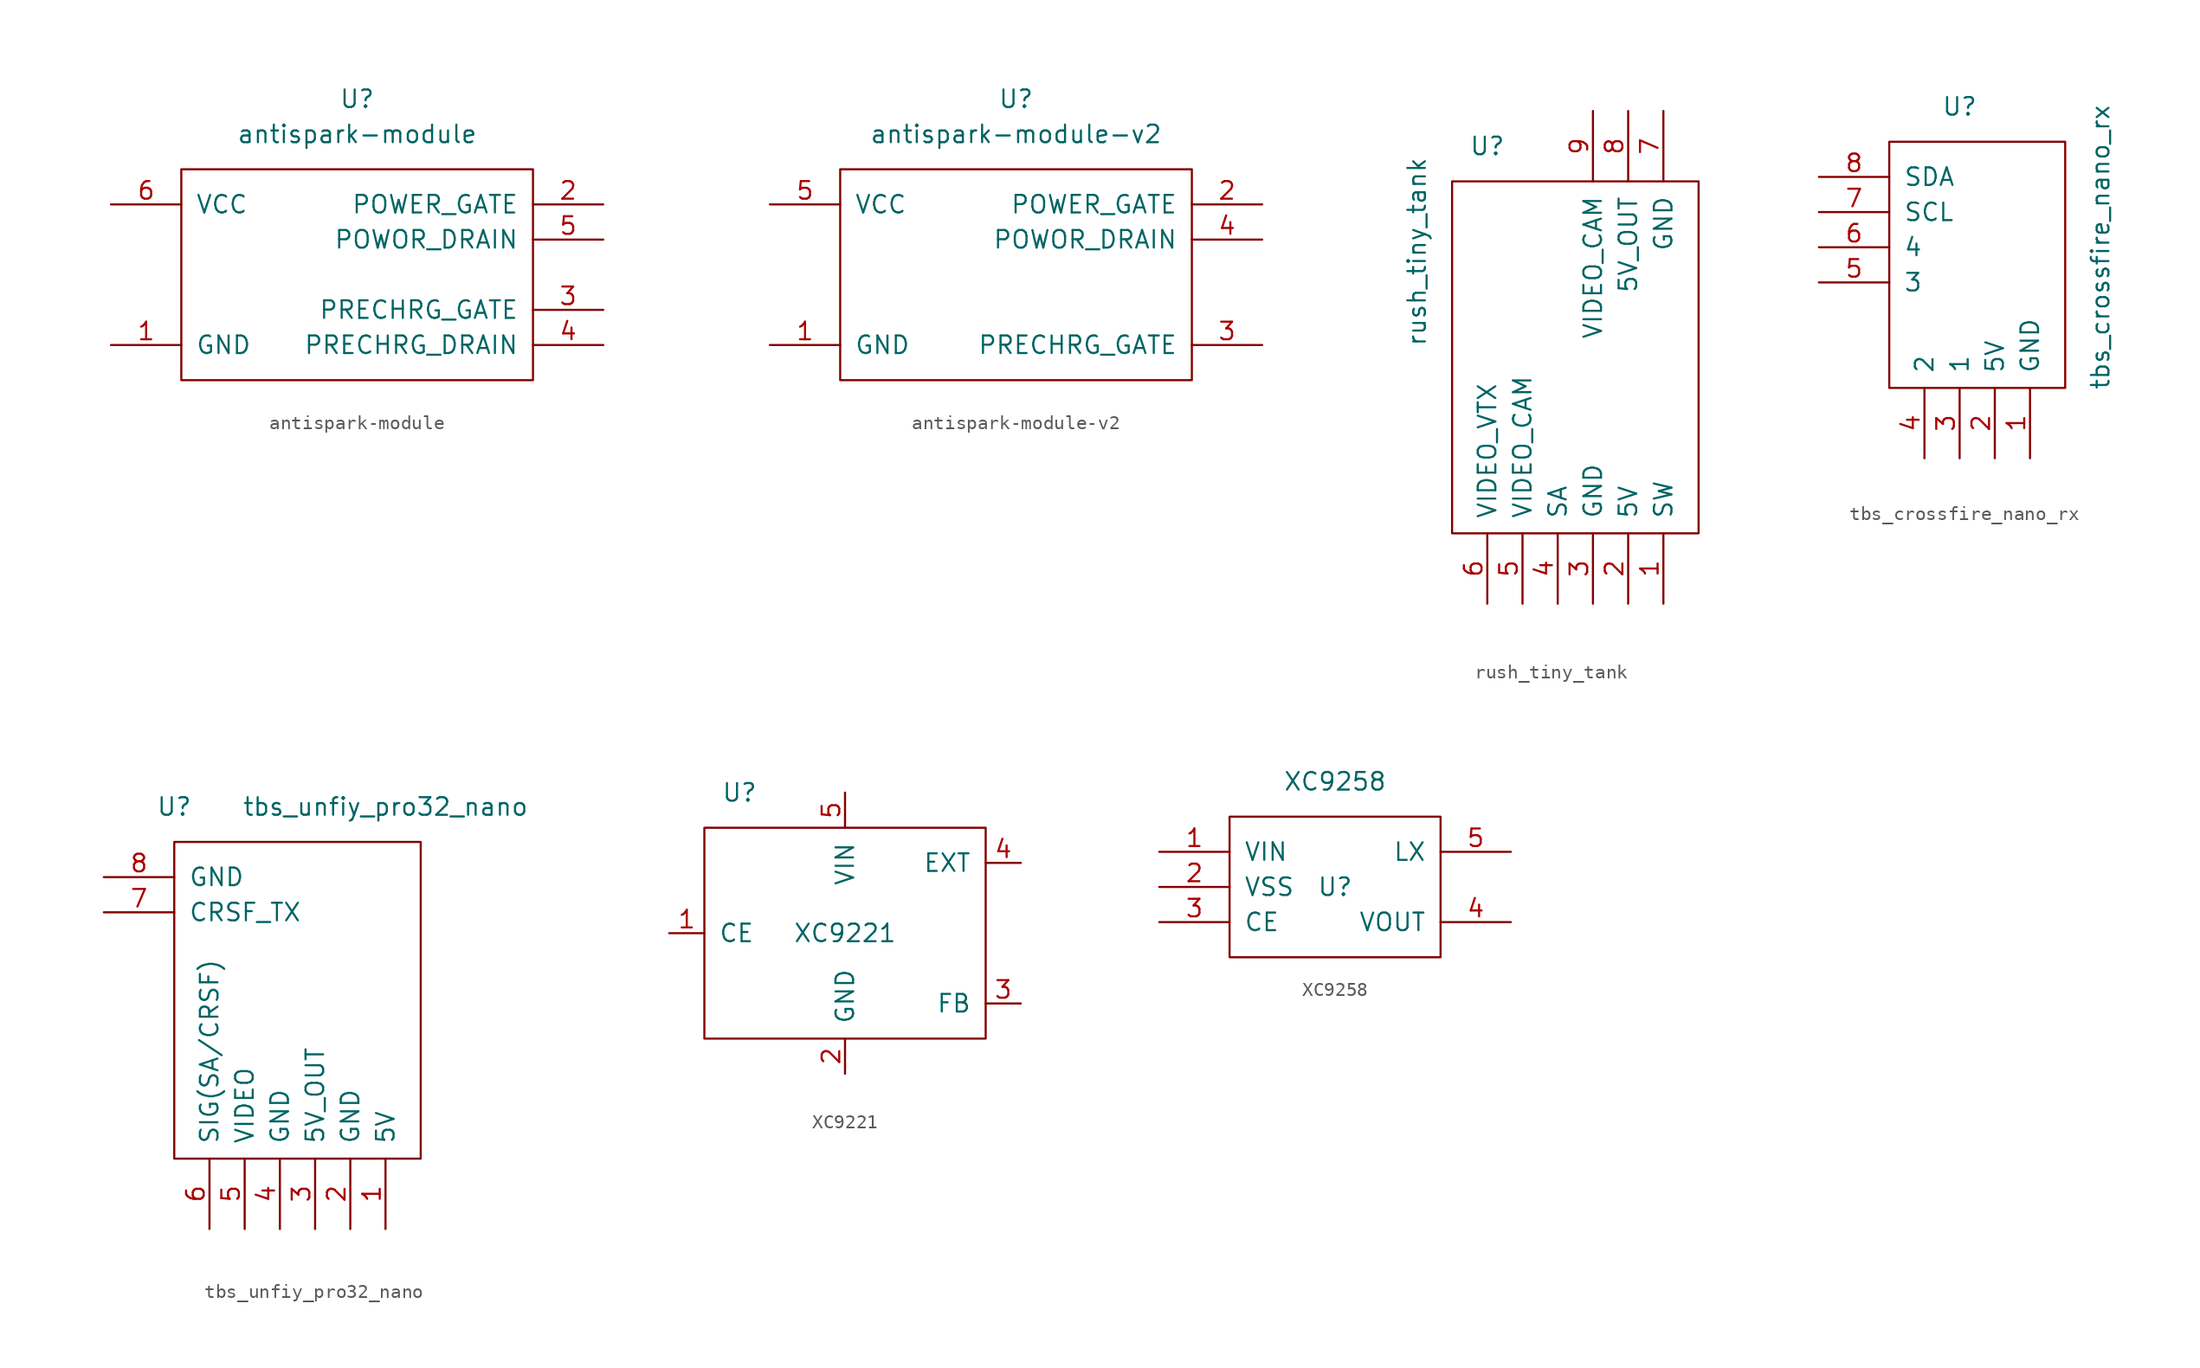
<source format=kicad_sym>
(kicad_symbol_lib
  (version 20220914)
  (generator kicad_symbol_editor)
  (symbol "antispark-module"
    (pin_names
      (offset 1.016))
    (property "Reference" "U"
      (at 0 12.7 0)
      (effects (font (size 1.27 1.27))))
    (property "Value" "antispark-module"
      (at 0 10.16 0)
      (effects (font (size 1.27 1.27))))
    (symbol "antispark-module_0_1"
      (rectangle (start -12.7 7.62) (end 12.7 -7.62) (stroke (width 0) (type solid)) (fill (type none))))
    (symbol "antispark-module_1_1"
      (pin power_in line (at -17.78 -5.08 0) (length 5.08) (name "GND" (effects (font (size 1.27 1.27)))) (number "1" (effects (font (size 1.27 1.27)))))
      (pin output line (at 17.78 5.08 180) (length 5.08) (name "POWER_GATE" (effects (font (size 1.27 1.27)))) (number "2" (effects (font (size 1.27 1.27)))))
      (pin output line (at 17.78 -2.54 180) (length 5.08) (name "PRECHRG_GATE" (effects (font (size 1.27 1.27)))) (number "3" (effects (font (size 1.27 1.27)))))
      (pin input line (at 17.78 -5.08 180) (length 5.08) (name "PRECHRG_DRAIN" (effects (font (size 1.27 1.27)))) (number "4" (effects (font (size 1.27 1.27)))))
      (pin input line (at 17.78 2.54 180) (length 5.08) (name "POWOR_DRAIN" (effects (font (size 1.27 1.27)))) (number "5" (effects (font (size 1.27 1.27)))))
      (pin power_in line (at -17.78 5.08 0) (length 5.08) (name "VCC" (effects (font (size 1.27 1.27)))) (number "6" (effects (font (size 1.27 1.27)))))))
  (symbol "antispark-module-v2"
    (pin_names
      (offset 1.016))
    (property "Reference" "U"
      (at 0 12.7 0)
      (effects (font (size 1.27 1.27))))
    (property "Value" "antispark-module-v2"
      (at 0 10.16 0)
      (effects (font (size 1.27 1.27))))
    (symbol "antispark-module-v2_0_1"
      (rectangle (start -12.7 7.62) (end 12.7 -7.62) (stroke (width 0) (type solid)) (fill (type none))))
    (symbol "antispark-module-v2_1_1"
      (pin power_in line (at -17.78 -5.08 0) (length 5.08) (name "GND" (effects (font (size 1.27 1.27)))) (number "1" (effects (font (size 1.27 1.27)))))
      (pin output line (at 17.78 5.08 180) (length 5.08) (name "POWER_GATE" (effects (font (size 1.27 1.27)))) (number "2" (effects (font (size 1.27 1.27)))))
      (pin output line (at 17.78 -5.08 180) (length 5.08) (name "PRECHRG_GATE" (effects (font (size 1.27 1.27)))) (number "3" (effects (font (size 1.27 1.27)))))
      (pin input line (at 17.78 2.54 180) (length 5.08) (name "POWOR_DRAIN" (effects (font (size 1.27 1.27)))) (number "4" (effects (font (size 1.27 1.27)))))
      (pin power_in line (at -17.78 5.08 0) (length 5.08) (name "VCC" (effects (font (size 1.27 1.27)))) (number "5" (effects (font (size 1.27 1.27)))))))
  (symbol "rush_tiny_tank"
    (pin_names
      (offset 1.016))
    (property "Reference" "U"
      (at -5.08 20.32 0)
      (effects (font (size 1.27 1.27))))
    (property "Value" "rush_tiny_tank"
      (at -10.16 12.7 90)
      (effects (font (size 1.27 1.27))))
    (symbol "rush_tiny_tank_0_1"
      (rectangle (start 10.16 -7.62) (end -7.62 17.78) (stroke (width 0) (type solid)) (fill (type none))))
    (symbol "rush_tiny_tank_1_1"
      (pin input line (at 7.62 -12.7 90) (length 5.08) (name "SW" (effects (font (size 1.27 1.27)))) (number "1" (effects (font (size 1.27 1.27)))))
      (pin power_in line (at 5.08 -12.7 90) (length 5.08) (name "5V" (effects (font (size 1.27 1.27)))) (number "2" (effects (font (size 1.27 1.27)))))
      (pin power_in line (at 2.54 -12.7 90) (length 5.08) (name "GND" (effects (font (size 1.27 1.27)))) (number "3" (effects (font (size 1.27 1.27)))))
      (pin input line (at 0 -12.7 90) (length 5.08) (name "SA" (effects (font (size 1.27 1.27)))) (number "4" (effects (font (size 1.27 1.27)))))
      (pin input line (at -2.54 -12.7 90) (length 5.08) (name "VIDEO_CAM" (effects (font (size 1.27 1.27)))) (number "5" (effects (font (size 1.27 1.27)))))
      (pin input line (at -5.08 -12.7 90) (length 5.08) (name "VIDEO_VTX" (effects (font (size 1.27 1.27)))) (number "6" (effects (font (size 1.27 1.27)))))
      (pin power_in line (at 7.62 22.86 270) (length 5.08) (name "GND" (effects (font (size 1.27 1.27)))) (number "7" (effects (font (size 1.27 1.27)))))
      (pin power_out line (at 5.08 22.86 270) (length 5.08) (name "5V_OUT" (effects (font (size 1.27 1.27)))) (number "8" (effects (font (size 1.27 1.27)))))
      (pin input line (at 2.54 22.86 270) (length 5.08) (name "VIDEO_CAM" (effects (font (size 1.27 1.27)))) (number "9" (effects (font (size 1.27 1.27)))))))
  (symbol "tbs_crossfire_nano_rx"
    (pin_names
      (offset 1.016))
    (property "Reference" "U"
      (at -2.54 12.7 0)
      (effects (font (size 1.27 1.27))))
    (property "Value" "tbs_crossfire_nano_rx"
      (at 7.62 2.54 90)
      (effects (font (size 1.27 1.27))))
    (symbol "tbs_crossfire_nano_rx_0_1"
      (rectangle (start -7.62 10.16) (end 5.08 -7.62) (stroke (width 0) (type solid)) (fill (type none))))
    (symbol "tbs_crossfire_nano_rx_1_1"
      (pin power_in line (at 2.54 -12.7 90) (length 5.08) (name "GND" (effects (font (size 1.27 1.27)))) (number "1" (effects (font (size 1.27 1.27)))))
      (pin power_in line (at 0 -12.7 90) (length 5.08) (name "5V" (effects (font (size 1.27 1.27)))) (number "2" (effects (font (size 1.27 1.27)))))
      (pin bidirectional line (at -2.54 -12.7 90) (length 5.08) (name "1" (effects (font (size 1.27 1.27)))) (number "3" (effects (font (size 1.27 1.27)))))
      (pin bidirectional line (at -5.08 -12.7 90) (length 5.08) (name "2" (effects (font (size 1.27 1.27)))) (number "4" (effects (font (size 1.27 1.27)))))
      (pin bidirectional line (at -12.7 0 0) (length 5.08) (name "3" (effects (font (size 1.27 1.27)))) (number "5" (effects (font (size 1.27 1.27)))))
      (pin bidirectional line (at -12.7 2.54 0) (length 5.08) (name "4" (effects (font (size 1.27 1.27)))) (number "6" (effects (font (size 1.27 1.27)))))
      (pin input line (at -12.7 5.08 0) (length 5.08) (name "SCL" (effects (font (size 1.27 1.27)))) (number "7" (effects (font (size 1.27 1.27)))))
      (pin bidirectional line (at -12.7 7.62 0) (length 5.08) (name "SDA" (effects (font (size 1.27 1.27)))) (number "8" (effects (font (size 1.27 1.27)))))))
  (symbol "tbs_unfiy_pro32_nano"
    (pin_names
      (offset 1.016))
    (property "Reference" "U"
      (at -7.62 15.24 0)
      (effects (font (size 1.27 1.27))))
    (property "Value" "tbs_unfiy_pro32_nano"
      (at 7.62 15.24 0)
      (effects (font (size 1.27 1.27))))
    (symbol "tbs_unfiy_pro32_nano_0_1"
      (rectangle (start -7.62 12.7) (end 10.16 -10.16) (stroke (width 0) (type solid)) (fill (type none))))
    (symbol "tbs_unfiy_pro32_nano_1_1"
      (pin power_in line (at 7.62 -15.24 90) (length 5.08) (name "5V" (effects (font (size 1.27 1.27)))) (number "1" (effects (font (size 1.27 1.27)))))
      (pin power_in line (at 5.08 -15.24 90) (length 5.08) (name "GND" (effects (font (size 1.27 1.27)))) (number "2" (effects (font (size 1.27 1.27)))))
      (pin power_out line (at 2.54 -15.24 90) (length 5.08) (name "5V_OUT" (effects (font (size 1.27 1.27)))) (number "3" (effects (font (size 1.27 1.27)))))
      (pin power_in line (at 0 -15.24 90) (length 5.08) (name "GND" (effects (font (size 1.27 1.27)))) (number "4" (effects (font (size 1.27 1.27)))))
      (pin input line (at -2.54 -15.24 90) (length 5.08) (name "VIDEO" (effects (font (size 1.27 1.27)))) (number "5" (effects (font (size 1.27 1.27)))))
      (pin input line (at -5.08 -15.24 90) (length 5.08) (name "SIG(SA/CRSF)" (effects (font (size 1.27 1.27)))) (number "6" (effects (font (size 1.27 1.27)))))
      (pin output line (at -12.7 7.62 0) (length 5.08) (name "CRSF_TX" (effects (font (size 1.27 1.27)))) (number "7" (effects (font (size 1.27 1.27)))))
      (pin power_in line (at -12.7 10.16 0) (length 5.08) (name "GND" (effects (font (size 1.27 1.27)))) (number "8" (effects (font (size 1.27 1.27)))))))
  (symbol "XC9221"
    (pin_names
      (offset 1.016))
    (property "Reference" "U"
      (at -7.62 10.16 0)
      (effects (font (size 1.27 1.27))))
    (property "Value" "XC9221"
      (at 0 0 0)
      (effects (font (size 1.27 1.27))))
    (symbol "XC9221_0_1"
      (rectangle (start -10.16 7.62) (end 10.16 -7.62) (stroke (width 0) (type solid)) (fill (type none))))
    (symbol "XC9221_1_1"
      (pin input line (at -12.7 0 0) (length 2.54) (name "CE" (effects (font (size 1.27 1.27)))) (number "1" (effects (font (size 1.27 1.27)))))
      (pin power_in line (at 0 -10.16 90) (length 2.54) (name "GND" (effects (font (size 1.27 1.27)))) (number "2" (effects (font (size 1.27 1.27)))))
      (pin input line (at 12.7 -5.08 180) (length 2.54) (name "FB" (effects (font (size 1.27 1.27)))) (number "3" (effects (font (size 1.27 1.27)))))
      (pin output line (at 12.7 5.08 180) (length 2.54) (name "EXT" (effects (font (size 1.27 1.27)))) (number "4" (effects (font (size 1.27 1.27)))))
      (pin power_in line (at 0 10.16 270) (length 2.54) (name "VIN" (effects (font (size 1.27 1.27)))) (number "5" (effects (font (size 1.27 1.27)))))))
  (symbol "XC9258"
    (pin_names
      (offset 1.016))
    (property "Reference" "U"
      (at 0 0 0)
      (effects (font (size 1.27 1.27))))
    (property "Value" "XC9258"
      (at 0 7.62 0)
      (effects (font (size 1.27 1.27))))
    (symbol "XC9258_0_1"
      (rectangle (start -7.62 5.08) (end 7.62 -5.08) (stroke (width 0) (type solid)) (fill (type none))))
    (symbol "XC9258_1_1"
      (pin power_in line (at -12.7 2.54 0) (length 5.08) (name "VIN" (effects (font (size 1.27 1.27)))) (number "1" (effects (font (size 1.27 1.27)))))
      (pin power_in line (at -12.7 0 0) (length 5.08) (name "VSS" (effects (font (size 1.27 1.27)))) (number "2" (effects (font (size 1.27 1.27)))))
      (pin input line (at -12.7 -2.54 0) (length 5.08) (name "CE" (effects (font (size 1.27 1.27)))) (number "3" (effects (font (size 1.27 1.27)))))
      (pin power_out line (at 12.7 -2.54 180) (length 5.08) (name "VOUT" (effects (font (size 1.27 1.27)))) (number "4" (effects (font (size 1.27 1.27)))))
      (pin output line (at 12.7 2.54 180) (length 5.08) (name "LX" (effects (font (size 1.27 1.27)))) (number "5" (effects (font (size 1.27 1.27))))))))
</source>
